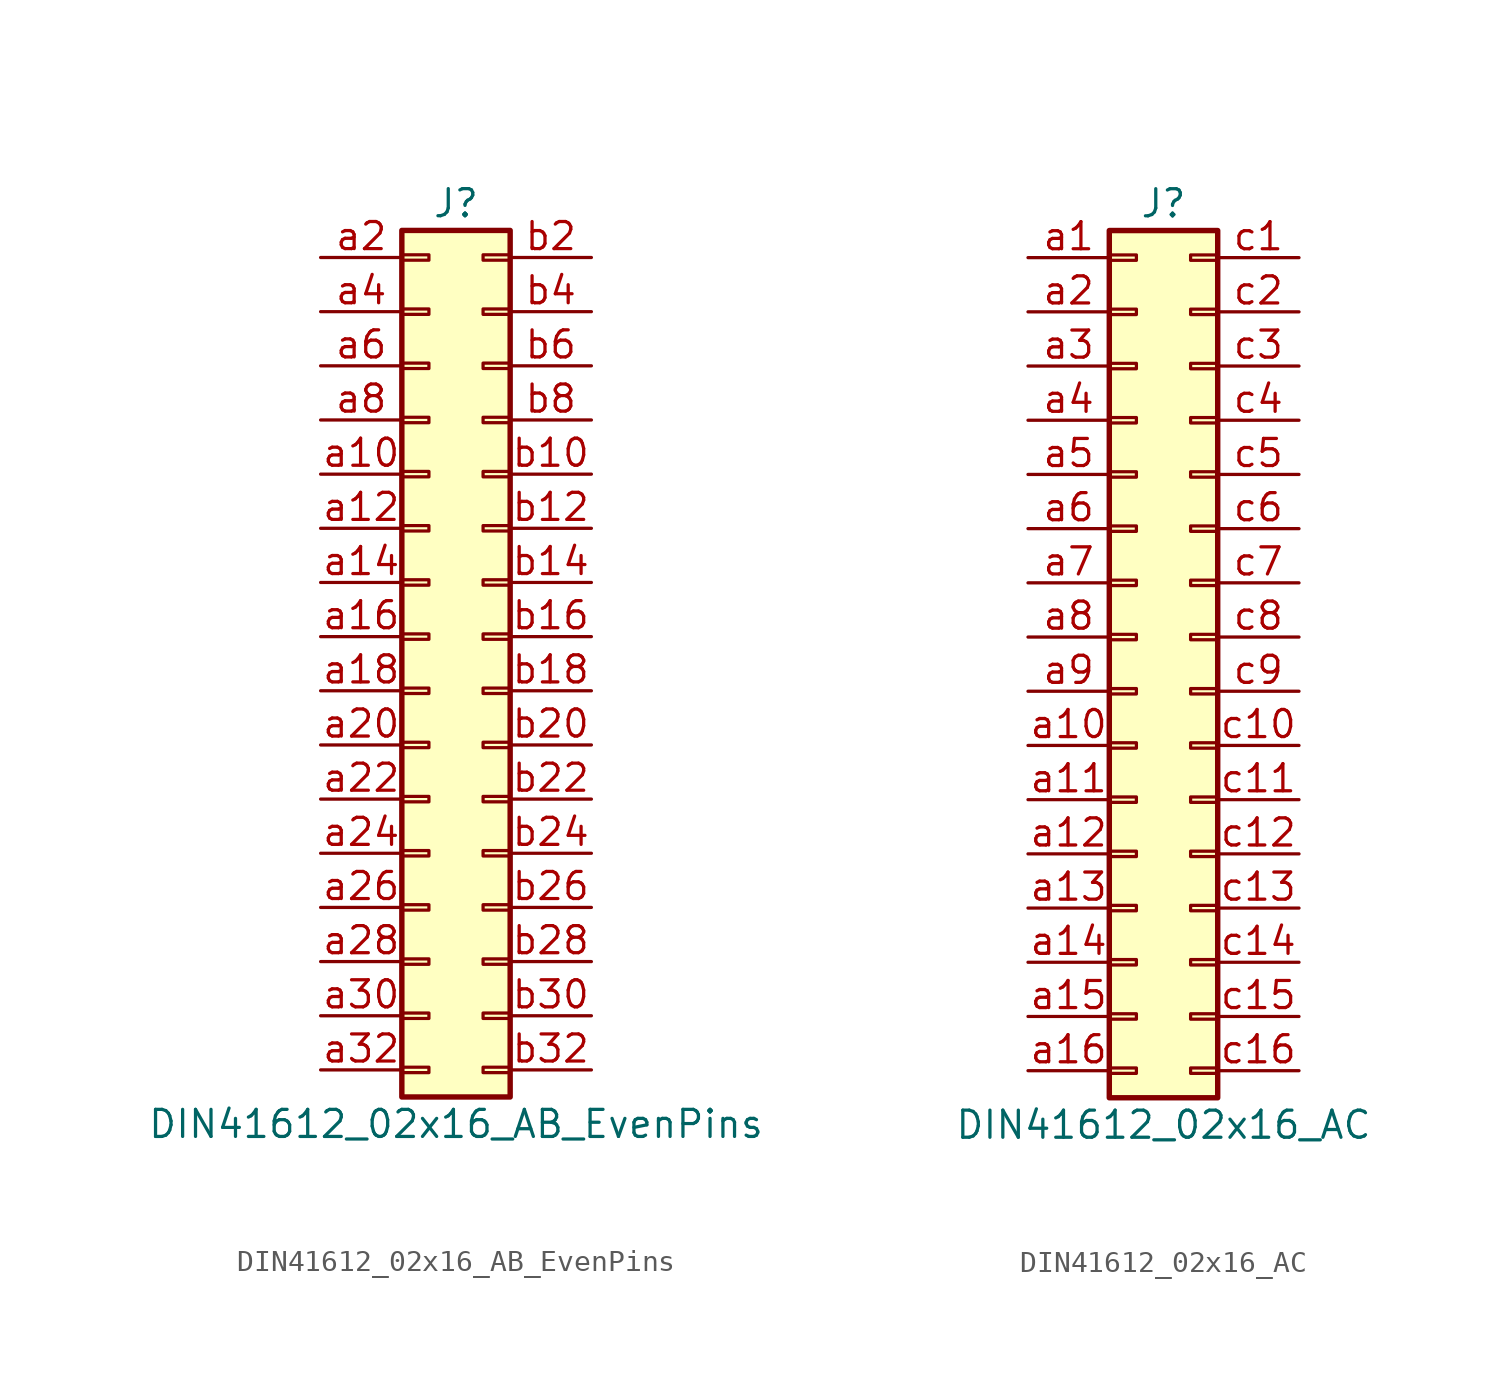
<source format=kicad_sym>
(kicad_symbol_lib
  (version 20220914)
  (generator kicad_symbol_editor)
  (symbol "DIN41612_02x16_AB_EvenPins"
    (pin_names
      (offset 1.016) hide)
    (property "Reference" "J"
      (at 1.27 20.32 0)
      (effects (font (size 1.27 1.27))))
    (property "Value" "DIN41612_02x16_AB_EvenPins"
      (at 1.27 -22.86 0)
      (effects (font (size 1.27 1.27))))
    (symbol "DIN41612_02x16_AB_EvenPins_1_1"
      (rectangle (start -1.27 -20.193) (end 0 -20.447) (stroke (width 0.152) (type solid)) (fill (type none)))
      (rectangle (start -1.27 -17.653) (end 0 -17.907) (stroke (width 0.152) (type solid)) (fill (type none)))
      (rectangle (start -1.27 -15.113) (end 0 -15.367) (stroke (width 0.152) (type solid)) (fill (type none)))
      (rectangle (start -1.27 -12.573) (end 0 -12.827) (stroke (width 0.152) (type solid)) (fill (type none)))
      (rectangle (start -1.27 -10.033) (end 0 -10.287) (stroke (width 0.152) (type solid)) (fill (type none)))
      (rectangle (start -1.27 -7.493) (end 0 -7.747) (stroke (width 0.152) (type solid)) (fill (type none)))
      (rectangle (start -1.27 -4.953) (end 0 -5.207) (stroke (width 0.152) (type solid)) (fill (type none)))
      (rectangle (start -1.27 -2.413) (end 0 -2.667) (stroke (width 0.152) (type solid)) (fill (type none)))
      (rectangle (start -1.27 0.127) (end 0 -0.127) (stroke (width 0.152) (type solid)) (fill (type none)))
      (rectangle (start -1.27 2.667) (end 0 2.413) (stroke (width 0.152) (type solid)) (fill (type none)))
      (rectangle (start -1.27 5.207) (end 0 4.953) (stroke (width 0.152) (type solid)) (fill (type none)))
      (rectangle (start -1.27 7.747) (end 0 7.493) (stroke (width 0.152) (type solid)) (fill (type none)))
      (rectangle (start -1.27 10.287) (end 0 10.033) (stroke (width 0.152) (type solid)) (fill (type none)))
      (rectangle (start -1.27 12.827) (end 0 12.573) (stroke (width 0.152) (type solid)) (fill (type none)))
      (rectangle (start -1.27 15.367) (end 0 15.113) (stroke (width 0.152) (type solid)) (fill (type none)))
      (rectangle (start -1.27 17.907) (end 0 17.653) (stroke (width 0.152) (type solid)) (fill (type none)))
      (rectangle (start -1.27 19.05) (end 3.81 -21.59) (stroke (width 0.254) (type solid)) (fill (type background)))
      (rectangle (start 3.81 -20.193) (end 2.54 -20.447) (stroke (width 0.152) (type solid)) (fill (type none)))
      (rectangle (start 3.81 -17.653) (end 2.54 -17.907) (stroke (width 0.152) (type solid)) (fill (type none)))
      (rectangle (start 3.81 -15.113) (end 2.54 -15.367) (stroke (width 0.152) (type solid)) (fill (type none)))
      (rectangle (start 3.81 -12.573) (end 2.54 -12.827) (stroke (width 0.152) (type solid)) (fill (type none)))
      (rectangle (start 3.81 -10.033) (end 2.54 -10.287) (stroke (width 0.152) (type solid)) (fill (type none)))
      (rectangle (start 3.81 -7.493) (end 2.54 -7.747) (stroke (width 0.152) (type solid)) (fill (type none)))
      (rectangle (start 3.81 -4.953) (end 2.54 -5.207) (stroke (width 0.152) (type solid)) (fill (type none)))
      (rectangle (start 3.81 -2.413) (end 2.54 -2.667) (stroke (width 0.152) (type solid)) (fill (type none)))
      (rectangle (start 3.81 0.127) (end 2.54 -0.127) (stroke (width 0.152) (type solid)) (fill (type none)))
      (rectangle (start 3.81 2.667) (end 2.54 2.413) (stroke (width 0.152) (type solid)) (fill (type none)))
      (rectangle (start 3.81 5.207) (end 2.54 4.953) (stroke (width 0.152) (type solid)) (fill (type none)))
      (rectangle (start 3.81 7.747) (end 2.54 7.493) (stroke (width 0.152) (type solid)) (fill (type none)))
      (rectangle (start 3.81 10.287) (end 2.54 10.033) (stroke (width 0.152) (type solid)) (fill (type none)))
      (rectangle (start 3.81 12.827) (end 2.54 12.573) (stroke (width 0.152) (type solid)) (fill (type none)))
      (rectangle (start 3.81 15.367) (end 2.54 15.113) (stroke (width 0.152) (type solid)) (fill (type none)))
      (rectangle (start 3.81 17.907) (end 2.54 17.653) (stroke (width 0.152) (type solid)) (fill (type none)))
      (pin passive line (at -5.08 7.62 0) (length 3.81) (name "Pin_a10" (effects (font (size 1.27 1.27)))) (number "a10" (effects (font (size 1.27 1.27)))))
      (pin passive line (at -5.08 5.08 0) (length 3.81) (name "Pin_a12" (effects (font (size 1.27 1.27)))) (number "a12" (effects (font (size 1.27 1.27)))))
      (pin passive line (at -5.08 2.54 0) (length 3.81) (name "Pin_a14" (effects (font (size 1.27 1.27)))) (number "a14" (effects (font (size 1.27 1.27)))))
      (pin passive line (at -5.08 0 0) (length 3.81) (name "Pin_a16" (effects (font (size 1.27 1.27)))) (number "a16" (effects (font (size 1.27 1.27)))))
      (pin passive line (at -5.08 -2.54 0) (length 3.81) (name "Pin_a18" (effects (font (size 1.27 1.27)))) (number "a18" (effects (font (size 1.27 1.27)))))
      (pin passive line (at -5.08 17.78 0) (length 3.81) (name "Pin_a2" (effects (font (size 1.27 1.27)))) (number "a2" (effects (font (size 1.27 1.27)))))
      (pin passive line (at -5.08 -5.08 0) (length 3.81) (name "Pin_a20" (effects (font (size 1.27 1.27)))) (number "a20" (effects (font (size 1.27 1.27)))))
      (pin passive line (at -5.08 -7.62 0) (length 3.81) (name "Pin_a22" (effects (font (size 1.27 1.27)))) (number "a22" (effects (font (size 1.27 1.27)))))
      (pin passive line (at -5.08 -10.16 0) (length 3.81) (name "Pin_a24" (effects (font (size 1.27 1.27)))) (number "a24" (effects (font (size 1.27 1.27)))))
      (pin passive line (at -5.08 -12.7 0) (length 3.81) (name "Pin_a26" (effects (font (size 1.27 1.27)))) (number "a26" (effects (font (size 1.27 1.27)))))
      (pin passive line (at -5.08 -15.24 0) (length 3.81) (name "Pin_a28" (effects (font (size 1.27 1.27)))) (number "a28" (effects (font (size 1.27 1.27)))))
      (pin passive line (at -5.08 -17.78 0) (length 3.81) (name "Pin_a30" (effects (font (size 1.27 1.27)))) (number "a30" (effects (font (size 1.27 1.27)))))
      (pin passive line (at -5.08 -20.32 0) (length 3.81) (name "Pin_a32" (effects (font (size 1.27 1.27)))) (number "a32" (effects (font (size 1.27 1.27)))))
      (pin passive line (at -5.08 15.24 0) (length 3.81) (name "Pin_a4" (effects (font (size 1.27 1.27)))) (number "a4" (effects (font (size 1.27 1.27)))))
      (pin passive line (at -5.08 12.7 0) (length 3.81) (name "Pin_a6" (effects (font (size 1.27 1.27)))) (number "a6" (effects (font (size 1.27 1.27)))))
      (pin passive line (at -5.08 10.16 0) (length 3.81) (name "Pin_a8" (effects (font (size 1.27 1.27)))) (number "a8" (effects (font (size 1.27 1.27)))))
      (pin passive line (at 7.62 7.62 180) (length 3.81) (name "Pin_b10" (effects (font (size 1.27 1.27)))) (number "b10" (effects (font (size 1.27 1.27)))))
      (pin passive line (at 7.62 5.08 180) (length 3.81) (name "Pin_b12" (effects (font (size 1.27 1.27)))) (number "b12" (effects (font (size 1.27 1.27)))))
      (pin passive line (at 7.62 2.54 180) (length 3.81) (name "Pin_b14" (effects (font (size 1.27 1.27)))) (number "b14" (effects (font (size 1.27 1.27)))))
      (pin passive line (at 7.62 0 180) (length 3.81) (name "Pin_b16" (effects (font (size 1.27 1.27)))) (number "b16" (effects (font (size 1.27 1.27)))))
      (pin passive line (at 7.62 -2.54 180) (length 3.81) (name "Pin_b18" (effects (font (size 1.27 1.27)))) (number "b18" (effects (font (size 1.27 1.27)))))
      (pin passive line (at 7.62 17.78 180) (length 3.81) (name "Pin_b2" (effects (font (size 1.27 1.27)))) (number "b2" (effects (font (size 1.27 1.27)))))
      (pin passive line (at 7.62 -5.08 180) (length 3.81) (name "Pin_b20" (effects (font (size 1.27 1.27)))) (number "b20" (effects (font (size 1.27 1.27)))))
      (pin passive line (at 7.62 -7.62 180) (length 3.81) (name "Pin_b22" (effects (font (size 1.27 1.27)))) (number "b22" (effects (font (size 1.27 1.27)))))
      (pin passive line (at 7.62 -10.16 180) (length 3.81) (name "Pin_b24" (effects (font (size 1.27 1.27)))) (number "b24" (effects (font (size 1.27 1.27)))))
      (pin passive line (at 7.62 -12.7 180) (length 3.81) (name "Pin_b26" (effects (font (size 1.27 1.27)))) (number "b26" (effects (font (size 1.27 1.27)))))
      (pin passive line (at 7.62 -15.24 180) (length 3.81) (name "Pin_b28" (effects (font (size 1.27 1.27)))) (number "b28" (effects (font (size 1.27 1.27)))))
      (pin passive line (at 7.62 -17.78 180) (length 3.81) (name "Pin_b30" (effects (font (size 1.27 1.27)))) (number "b30" (effects (font (size 1.27 1.27)))))
      (pin passive line (at 7.62 -20.32 180) (length 3.81) (name "Pin_b32" (effects (font (size 1.27 1.27)))) (number "b32" (effects (font (size 1.27 1.27)))))
      (pin passive line (at 7.62 15.24 180) (length 3.81) (name "Pin_b4" (effects (font (size 1.27 1.27)))) (number "b4" (effects (font (size 1.27 1.27)))))
      (pin passive line (at 7.62 12.7 180) (length 3.81) (name "Pin_b6" (effects (font (size 1.27 1.27)))) (number "b6" (effects (font (size 1.27 1.27)))))
      (pin passive line (at 7.62 10.16 180) (length 3.81) (name "Pin_b8" (effects (font (size 1.27 1.27)))) (number "b8" (effects (font (size 1.27 1.27)))))))
  (symbol "DIN41612_02x16_AC"
    (pin_names
      (offset 1.016) hide)
    (property "Reference" "J"
      (at 1.27 20.32 0)
      (effects (font (size 1.27 1.27))))
    (property "Value" "DIN41612_02x16_AC"
      (at 1.27 -22.86 0)
      (effects (font (size 1.27 1.27))))
    (symbol "DIN41612_02x16_AC_1_1"
      (rectangle (start -1.27 -20.193) (end 0 -20.447) (stroke (width 0.152) (type solid)) (fill (type none)))
      (rectangle (start -1.27 -17.653) (end 0 -17.907) (stroke (width 0.152) (type solid)) (fill (type none)))
      (rectangle (start -1.27 -15.113) (end 0 -15.367) (stroke (width 0.152) (type solid)) (fill (type none)))
      (rectangle (start -1.27 -12.573) (end 0 -12.827) (stroke (width 0.152) (type solid)) (fill (type none)))
      (rectangle (start -1.27 -10.033) (end 0 -10.287) (stroke (width 0.152) (type solid)) (fill (type none)))
      (rectangle (start -1.27 -7.493) (end 0 -7.747) (stroke (width 0.152) (type solid)) (fill (type none)))
      (rectangle (start -1.27 -4.953) (end 0 -5.207) (stroke (width 0.152) (type solid)) (fill (type none)))
      (rectangle (start -1.27 -2.413) (end 0 -2.667) (stroke (width 0.152) (type solid)) (fill (type none)))
      (rectangle (start -1.27 0.127) (end 0 -0.127) (stroke (width 0.152) (type solid)) (fill (type none)))
      (rectangle (start -1.27 2.667) (end 0 2.413) (stroke (width 0.152) (type solid)) (fill (type none)))
      (rectangle (start -1.27 5.207) (end 0 4.953) (stroke (width 0.152) (type solid)) (fill (type none)))
      (rectangle (start -1.27 7.747) (end 0 7.493) (stroke (width 0.152) (type solid)) (fill (type none)))
      (rectangle (start -1.27 10.287) (end 0 10.033) (stroke (width 0.152) (type solid)) (fill (type none)))
      (rectangle (start -1.27 12.827) (end 0 12.573) (stroke (width 0.152) (type solid)) (fill (type none)))
      (rectangle (start -1.27 15.367) (end 0 15.113) (stroke (width 0.152) (type solid)) (fill (type none)))
      (rectangle (start -1.27 17.907) (end 0 17.653) (stroke (width 0.152) (type solid)) (fill (type none)))
      (rectangle (start -1.27 19.05) (end 3.81 -21.59) (stroke (width 0.254) (type solid)) (fill (type background)))
      (rectangle (start 3.81 -20.193) (end 2.54 -20.447) (stroke (width 0.152) (type solid)) (fill (type none)))
      (rectangle (start 3.81 -17.653) (end 2.54 -17.907) (stroke (width 0.152) (type solid)) (fill (type none)))
      (rectangle (start 3.81 -15.113) (end 2.54 -15.367) (stroke (width 0.152) (type solid)) (fill (type none)))
      (rectangle (start 3.81 -12.573) (end 2.54 -12.827) (stroke (width 0.152) (type solid)) (fill (type none)))
      (rectangle (start 3.81 -10.033) (end 2.54 -10.287) (stroke (width 0.152) (type solid)) (fill (type none)))
      (rectangle (start 3.81 -7.493) (end 2.54 -7.747) (stroke (width 0.152) (type solid)) (fill (type none)))
      (rectangle (start 3.81 -4.953) (end 2.54 -5.207) (stroke (width 0.152) (type solid)) (fill (type none)))
      (rectangle (start 3.81 -2.413) (end 2.54 -2.667) (stroke (width 0.152) (type solid)) (fill (type none)))
      (rectangle (start 3.81 0.127) (end 2.54 -0.127) (stroke (width 0.152) (type solid)) (fill (type none)))
      (rectangle (start 3.81 2.667) (end 2.54 2.413) (stroke (width 0.152) (type solid)) (fill (type none)))
      (rectangle (start 3.81 5.207) (end 2.54 4.953) (stroke (width 0.152) (type solid)) (fill (type none)))
      (rectangle (start 3.81 7.747) (end 2.54 7.493) (stroke (width 0.152) (type solid)) (fill (type none)))
      (rectangle (start 3.81 10.287) (end 2.54 10.033) (stroke (width 0.152) (type solid)) (fill (type none)))
      (rectangle (start 3.81 12.827) (end 2.54 12.573) (stroke (width 0.152) (type solid)) (fill (type none)))
      (rectangle (start 3.81 15.367) (end 2.54 15.113) (stroke (width 0.152) (type solid)) (fill (type none)))
      (rectangle (start 3.81 17.907) (end 2.54 17.653) (stroke (width 0.152) (type solid)) (fill (type none)))
      (pin passive line (at -5.08 17.78 0) (length 3.81) (name "Pin_a1" (effects (font (size 1.27 1.27)))) (number "a1" (effects (font (size 1.27 1.27)))))
      (pin passive line (at -5.08 -5.08 0) (length 3.81) (name "Pin_a10" (effects (font (size 1.27 1.27)))) (number "a10" (effects (font (size 1.27 1.27)))))
      (pin passive line (at -5.08 -7.62 0) (length 3.81) (name "Pin_a11" (effects (font (size 1.27 1.27)))) (number "a11" (effects (font (size 1.27 1.27)))))
      (pin passive line (at -5.08 -10.16 0) (length 3.81) (name "Pin_a12" (effects (font (size 1.27 1.27)))) (number "a12" (effects (font (size 1.27 1.27)))))
      (pin passive line (at -5.08 -12.7 0) (length 3.81) (name "Pin_a13" (effects (font (size 1.27 1.27)))) (number "a13" (effects (font (size 1.27 1.27)))))
      (pin passive line (at -5.08 -15.24 0) (length 3.81) (name "Pin_a14" (effects (font (size 1.27 1.27)))) (number "a14" (effects (font (size 1.27 1.27)))))
      (pin passive line (at -5.08 -17.78 0) (length 3.81) (name "Pin_a15" (effects (font (size 1.27 1.27)))) (number "a15" (effects (font (size 1.27 1.27)))))
      (pin passive line (at -5.08 -20.32 0) (length 3.81) (name "Pin_a16" (effects (font (size 1.27 1.27)))) (number "a16" (effects (font (size 1.27 1.27)))))
      (pin passive line (at -5.08 15.24 0) (length 3.81) (name "Pin_a2" (effects (font (size 1.27 1.27)))) (number "a2" (effects (font (size 1.27 1.27)))))
      (pin passive line (at -5.08 12.7 0) (length 3.81) (name "Pin_a3" (effects (font (size 1.27 1.27)))) (number "a3" (effects (font (size 1.27 1.27)))))
      (pin passive line (at -5.08 10.16 0) (length 3.81) (name "Pin_a4" (effects (font (size 1.27 1.27)))) (number "a4" (effects (font (size 1.27 1.27)))))
      (pin passive line (at -5.08 7.62 0) (length 3.81) (name "Pin_a5" (effects (font (size 1.27 1.27)))) (number "a5" (effects (font (size 1.27 1.27)))))
      (pin passive line (at -5.08 5.08 0) (length 3.81) (name "Pin_a6" (effects (font (size 1.27 1.27)))) (number "a6" (effects (font (size 1.27 1.27)))))
      (pin passive line (at -5.08 2.54 0) (length 3.81) (name "Pin_a7" (effects (font (size 1.27 1.27)))) (number "a7" (effects (font (size 1.27 1.27)))))
      (pin passive line (at -5.08 0 0) (length 3.81) (name "Pin_a8" (effects (font (size 1.27 1.27)))) (number "a8" (effects (font (size 1.27 1.27)))))
      (pin passive line (at -5.08 -2.54 0) (length 3.81) (name "Pin_a9" (effects (font (size 1.27 1.27)))) (number "a9" (effects (font (size 1.27 1.27)))))
      (pin passive line (at 7.62 17.78 180) (length 3.81) (name "Pin_c1" (effects (font (size 1.27 1.27)))) (number "c1" (effects (font (size 1.27 1.27)))))
      (pin passive line (at 7.62 -5.08 180) (length 3.81) (name "Pin_c10" (effects (font (size 1.27 1.27)))) (number "c10" (effects (font (size 1.27 1.27)))))
      (pin passive line (at 7.62 -7.62 180) (length 3.81) (name "Pin_c11" (effects (font (size 1.27 1.27)))) (number "c11" (effects (font (size 1.27 1.27)))))
      (pin passive line (at 7.62 -10.16 180) (length 3.81) (name "Pin_c12" (effects (font (size 1.27 1.27)))) (number "c12" (effects (font (size 1.27 1.27)))))
      (pin passive line (at 7.62 -12.7 180) (length 3.81) (name "Pin_c13" (effects (font (size 1.27 1.27)))) (number "c13" (effects (font (size 1.27 1.27)))))
      (pin passive line (at 7.62 -15.24 180) (length 3.81) (name "Pin_c14" (effects (font (size 1.27 1.27)))) (number "c14" (effects (font (size 1.27 1.27)))))
      (pin passive line (at 7.62 -17.78 180) (length 3.81) (name "Pin_c15" (effects (font (size 1.27 1.27)))) (number "c15" (effects (font (size 1.27 1.27)))))
      (pin passive line (at 7.62 -20.32 180) (length 3.81) (name "Pin_c16" (effects (font (size 1.27 1.27)))) (number "c16" (effects (font (size 1.27 1.27)))))
      (pin passive line (at 7.62 15.24 180) (length 3.81) (name "Pin_c2" (effects (font (size 1.27 1.27)))) (number "c2" (effects (font (size 1.27 1.27)))))
      (pin passive line (at 7.62 12.7 180) (length 3.81) (name "Pin_c3" (effects (font (size 1.27 1.27)))) (number "c3" (effects (font (size 1.27 1.27)))))
      (pin passive line (at 7.62 10.16 180) (length 3.81) (name "Pin_c4" (effects (font (size 1.27 1.27)))) (number "c4" (effects (font (size 1.27 1.27)))))
      (pin passive line (at 7.62 7.62 180) (length 3.81) (name "Pin_c5" (effects (font (size 1.27 1.27)))) (number "c5" (effects (font (size 1.27 1.27)))))
      (pin passive line (at 7.62 5.08 180) (length 3.81) (name "Pin_c6" (effects (font (size 1.27 1.27)))) (number "c6" (effects (font (size 1.27 1.27)))))
      (pin passive line (at 7.62 2.54 180) (length 3.81) (name "Pin_c7" (effects (font (size 1.27 1.27)))) (number "c7" (effects (font (size 1.27 1.27)))))
      (pin passive line (at 7.62 0 180) (length 3.81) (name "Pin_c8" (effects (font (size 1.27 1.27)))) (number "c8" (effects (font (size 1.27 1.27)))))
      (pin passive line (at 7.62 -2.54 180) (length 3.81) (name "Pin_c9" (effects (font (size 1.27 1.27)))) (number "c9" (effects (font (size 1.27 1.27))))))))
</source>
